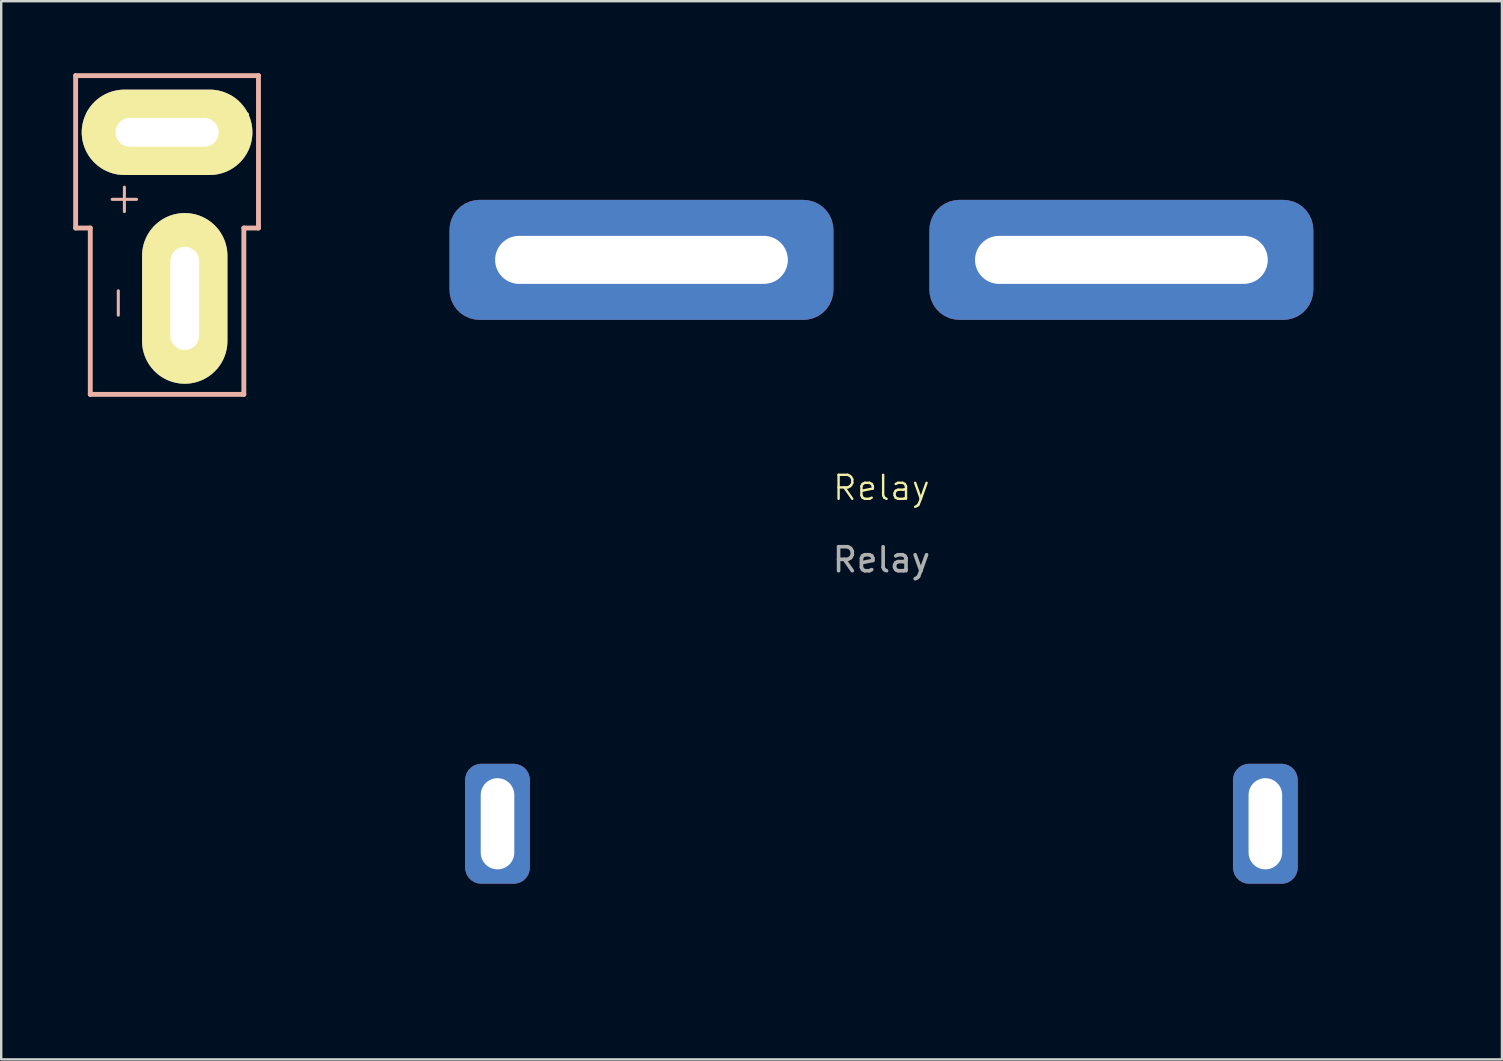
<source format=kicad_pcb>
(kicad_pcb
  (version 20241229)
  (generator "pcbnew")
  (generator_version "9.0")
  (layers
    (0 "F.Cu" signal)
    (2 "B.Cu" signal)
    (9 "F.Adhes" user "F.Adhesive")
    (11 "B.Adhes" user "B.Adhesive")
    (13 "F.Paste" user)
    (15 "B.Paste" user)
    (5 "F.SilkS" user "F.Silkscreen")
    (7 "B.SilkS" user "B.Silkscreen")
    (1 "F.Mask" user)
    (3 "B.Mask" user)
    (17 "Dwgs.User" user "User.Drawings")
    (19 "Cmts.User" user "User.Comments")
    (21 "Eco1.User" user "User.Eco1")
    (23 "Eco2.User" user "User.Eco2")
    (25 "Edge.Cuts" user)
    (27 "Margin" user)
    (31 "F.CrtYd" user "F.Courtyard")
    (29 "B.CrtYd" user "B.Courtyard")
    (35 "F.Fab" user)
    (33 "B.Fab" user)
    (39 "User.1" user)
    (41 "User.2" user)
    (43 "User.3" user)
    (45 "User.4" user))
  (footprint "DEANS"
    (layer "F.Cu")
    (at 3.912 2.464)
    (property "Reference" "DEANS" (at 0 0 0) (layer "F.SilkS") (effects (font (size 1.524 1.524) (thickness 0.15))))
    (attr exclude_from_pos_files exclude_from_bom)
    (fp_line (start -2.845 -0.686) (end 2.845 -0.686) (stroke (width 0.127) (type solid)) (layer "F.SilkS"))
    (fp_line (start -2.845 0.686) (end -2.845 -0.686) (stroke (width 0.127) (type solid)) (layer "F.SilkS"))
    (fp_line (start 0.051 4.064) (end 1.422 4.064) (stroke (width 0.127) (type solid)) (layer "F.SilkS"))
    (fp_line (start 0.051 9.754) (end 0.051 4.064) (stroke (width 0.127) (type solid)) (layer "F.SilkS"))
    (fp_line (start 0.051 9.754) (end 1.422 9.754) (stroke (width 0.127) (type solid)) (layer "F.SilkS"))
    (fp_line (start 1.422 4.064) (end 1.422 9.754) (stroke (width 0.127) (type solid)) (layer "F.SilkS"))
    (fp_line (start 2.845 0.686) (end -2.845 0.686) (stroke (width 0.127) (type solid)) (layer "F.SilkS"))
    (fp_line (start 2.845 0.686) (end 2.845 -0.686) (stroke (width 0.127) (type solid)) (layer "F.SilkS"))
    (fp_line (start -3.81 -2.362) (end 3.81 -2.362) (stroke (width 0.203) (type solid)) (layer "B.SilkS"))
    (fp_line (start -3.81 3.988) (end -3.81 -2.362) (stroke (width 0.203) (type solid)) (layer "B.SilkS"))
    (fp_line (start -3.81 3.988) (end -3.2 3.988) (stroke (width 0.203) (type solid)) (layer "B.SilkS"))
    (fp_line (start -3.2 10.922) (end -3.2 3.988) (stroke (width 0.203) (type solid)) (layer "B.SilkS"))
    (fp_line (start -3.2 10.922) (end 3.2 10.922) (stroke (width 0.203) (type solid)) (layer "B.SilkS"))
    (fp_line (start -2.286 2.794) (end -1.27 2.794) (stroke (width 0.127) (type solid)) (layer "B.SilkS"))
    (fp_line (start -2.032 7.62) (end -2.032 6.604) (stroke (width 0.127) (type solid)) (layer "B.SilkS"))
    (fp_line (start -1.778 2.286) (end -1.778 3.302) (stroke (width 0.127) (type solid)) (layer "B.SilkS"))
    (fp_line (start 3.2 3.988) (end 3.81 3.988) (stroke (width 0.203) (type solid)) (layer "B.SilkS"))
    (fp_line (start 3.2 10.922) (end 3.2 3.988) (stroke (width 0.203) (type solid)) (layer "B.SilkS"))
    (fp_line (start 3.81 3.988) (end 3.81 -2.362) (stroke (width 0.203) (type solid)) (layer "B.SilkS"))
    (pad "+" thru_hole oval (at 0 0 90) (size 3.556 7.112) (drill oval 1.2 4.3) (layers "*.Cu" "F.Mask" "F.SilkS" "F.Paste"))
    (pad "-" thru_hole oval (at 0.737 6.921 180) (size 3.556 7.112) (drill oval 1.2 4.3) (layers "*.Cu" "F.Mask" "F.SilkS" "F.Paste")))
  (footprint "Relay"
    (layer "F.Cu")
    (at 33.683 17.78)
    (property "Reference" "Relay" (at 0 -0.5 0) (unlocked yes) (layer "F.SilkS") (effects (font (size 1 1) (thickness 0.1))))
    (attr smd)
    (fp_text user "${REFERENCE}" (at 0 2.5 0) (unlocked yes) (layer "F.Fab") (effects (font (size 1 1) (thickness 0.15))))
    (pad "1" thru_hole roundrect (at -10 -10) (size 16 5) (drill oval 12.2 2) (layers "*.Cu" "*.Mask") (roundrect_rratio 0.25))
    (pad "4" thru_hole roundrect (at 10 -10) (size 16 5) (drill oval 12.2 2) (layers "*.Cu" "*.Mask") (roundrect_rratio 0.25))
    (pad "5" thru_hole roundrect (at 16 13.5) (size 2.7 5) (drill oval 1.4 3.8) (layers "*.Cu" "*.Mask") (roundrect_rratio 0.25))
    (pad "6" thru_hole roundrect (at -16 13.5) (size 2.7 5) (drill oval 1.4 3.8) (layers "*.Cu" "*.Mask") (roundrect_rratio 0.25))
    (zone (net_name "") (layer "F.SilkS") (name "Shadow") (hatch edge 0.5) (connect_pads) (min_thickness 0.25) (filled_areas_thickness no) (keepout (tracks not_allowed) (vias not_allowed) (pads not_allowed) (copperpour allowed) (footprints allowed)) (placement (enabled no)) (fill) (polygon (pts (xy 10.823 0) (xy 56.543 0) (xy 56.543 38.1) (xy 10.823 38.1)))))
  (gr_rect
    (start -3 -3)
    (end 59.543 41.1)
    (stroke (width 0.1) (type default))
    (fill no)
    (layer "Edge.Cuts")))
</source>
